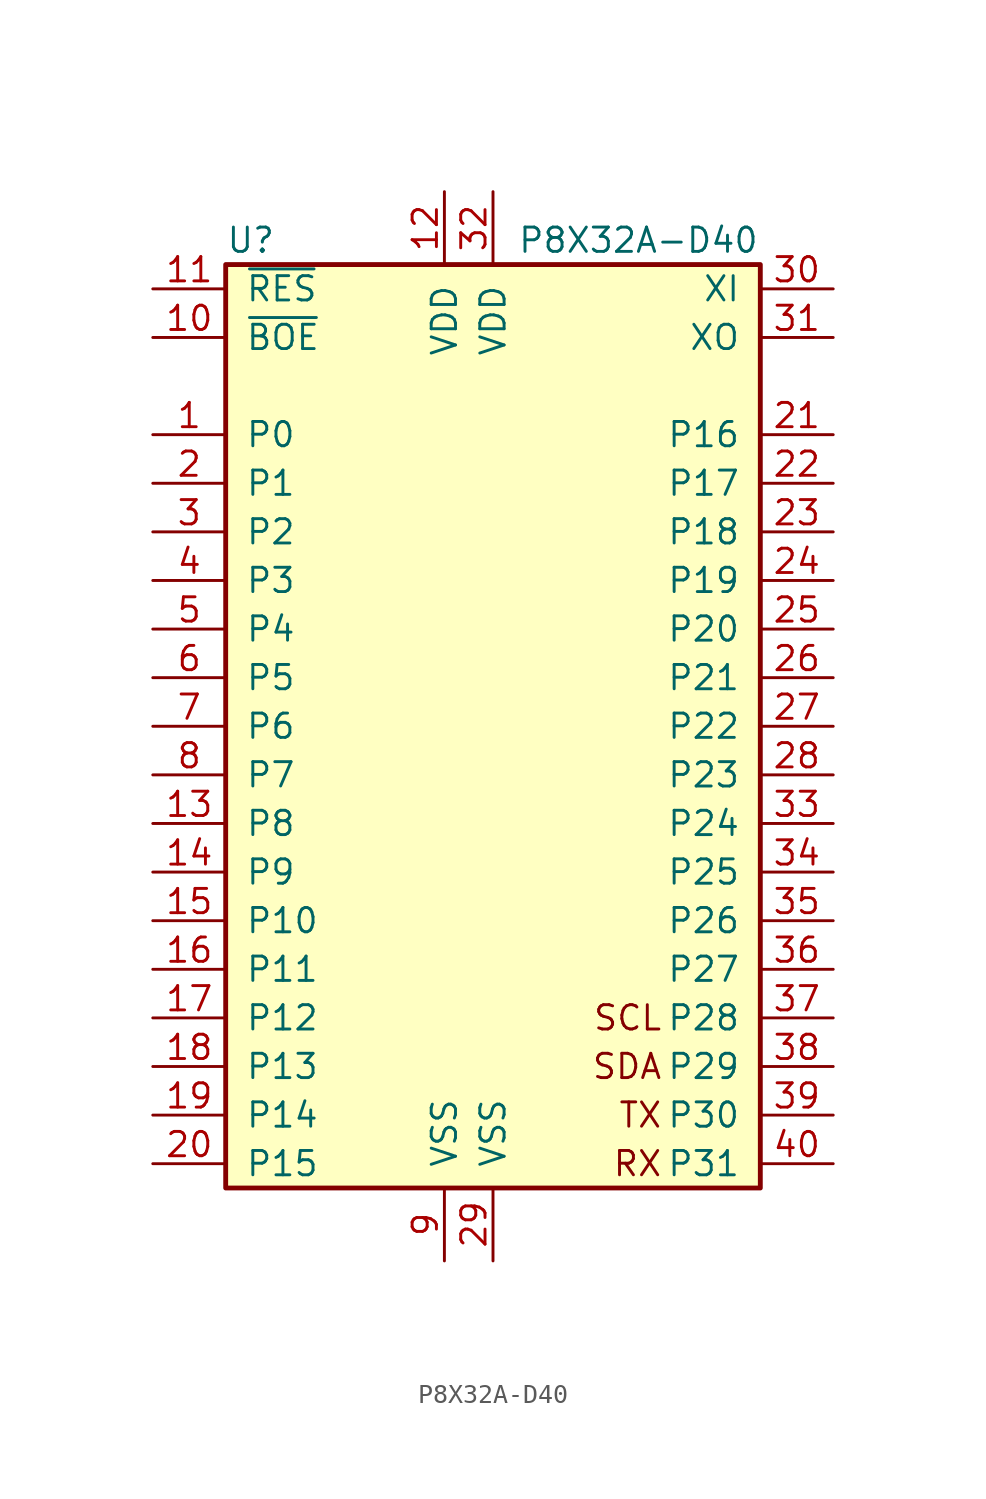
<source format=kicad_sym>
(kicad_symbol_lib
  (version 20211014)
  (generator kicad_symbol_editor)
  (symbol "P8X32A-D40"
    (pin_names
      (offset 1.016))
    (property "Reference" "U"
      (at -13.97 25.4 0)
      (effects (font (size 1.27 1.27)) (justify left)))
    (property "Value" "P8X32A-D40"
      (at 1.27 25.4 0)
      (effects (font (size 1.27 1.27)) (justify left)))
    (symbol "P8X32A-D40_0_1"
      (rectangle (start -13.97 24.13) (end 13.97 -24.13) (stroke (width 0.254) (type default) (color 0 0 0 0)) (fill (type background)))
      (text "RX" (at 8.89 -22.86 0) (effects (font (size 1.27 1.27)) (justify right)))
      (text "SCL" (at 8.89 -15.24 0) (effects (font (size 1.27 1.27)) (justify right)))
      (text "SDA" (at 8.89 -17.78 0) (effects (font (size 1.27 1.27)) (justify right)))
      (text "TX" (at 8.89 -20.32 0) (effects (font (size 1.27 1.27)) (justify right)))
      (pin bidirectional line (at -17.78 15.24 0) (length 3.81) (name "P0" (effects (font (size 1.27 1.27)))) (number "1" (effects (font (size 1.27 1.27)))))
      (pin input line (at -17.78 20.32 0) (length 3.81) (name "~{BOE}" (effects (font (size 1.27 1.27)))) (number "10" (effects (font (size 1.27 1.27)))))
      (pin bidirectional line (at -17.78 22.86 0) (length 3.81) (name "~{RES}" (effects (font (size 1.27 1.27)))) (number "11" (effects (font (size 1.27 1.27)))))
      (pin power_in line (at -2.54 27.94 270) (length 3.81) (name "VDD" (effects (font (size 1.27 1.27)))) (number "12" (effects (font (size 1.27 1.27)))))
      (pin bidirectional line (at -17.78 -5.08 0) (length 3.81) (name "P8" (effects (font (size 1.27 1.27)))) (number "13" (effects (font (size 1.27 1.27)))))
      (pin bidirectional line (at -17.78 -7.62 0) (length 3.81) (name "P9" (effects (font (size 1.27 1.27)))) (number "14" (effects (font (size 1.27 1.27)))))
      (pin bidirectional line (at -17.78 -10.16 0) (length 3.81) (name "P10" (effects (font (size 1.27 1.27)))) (number "15" (effects (font (size 1.27 1.27)))))
      (pin bidirectional line (at -17.78 -12.7 0) (length 3.81) (name "P11" (effects (font (size 1.27 1.27)))) (number "16" (effects (font (size 1.27 1.27)))))
      (pin bidirectional line (at -17.78 -15.24 0) (length 3.81) (name "P12" (effects (font (size 1.27 1.27)))) (number "17" (effects (font (size 1.27 1.27)))))
      (pin bidirectional line (at -17.78 -17.78 0) (length 3.81) (name "P13" (effects (font (size 1.27 1.27)))) (number "18" (effects (font (size 1.27 1.27)))))
      (pin bidirectional line (at -17.78 -20.32 0) (length 3.81) (name "P14" (effects (font (size 1.27 1.27)))) (number "19" (effects (font (size 1.27 1.27)))))
      (pin bidirectional line (at -17.78 12.7 0) (length 3.81) (name "P1" (effects (font (size 1.27 1.27)))) (number "2" (effects (font (size 1.27 1.27)))))
      (pin bidirectional line (at -17.78 -22.86 0) (length 3.81) (name "P15" (effects (font (size 1.27 1.27)))) (number "20" (effects (font (size 1.27 1.27)))))
      (pin bidirectional line (at 17.78 15.24 180) (length 3.81) (name "P16" (effects (font (size 1.27 1.27)))) (number "21" (effects (font (size 1.27 1.27)))))
      (pin bidirectional line (at 17.78 12.7 180) (length 3.81) (name "P17" (effects (font (size 1.27 1.27)))) (number "22" (effects (font (size 1.27 1.27)))))
      (pin bidirectional line (at 17.78 10.16 180) (length 3.81) (name "P18" (effects (font (size 1.27 1.27)))) (number "23" (effects (font (size 1.27 1.27)))))
      (pin bidirectional line (at 17.78 7.62 180) (length 3.81) (name "P19" (effects (font (size 1.27 1.27)))) (number "24" (effects (font (size 1.27 1.27)))))
      (pin bidirectional line (at 17.78 5.08 180) (length 3.81) (name "P20" (effects (font (size 1.27 1.27)))) (number "25" (effects (font (size 1.27 1.27)))))
      (pin bidirectional line (at 17.78 2.54 180) (length 3.81) (name "P21" (effects (font (size 1.27 1.27)))) (number "26" (effects (font (size 1.27 1.27)))))
      (pin bidirectional line (at 17.78 0 180) (length 3.81) (name "P22" (effects (font (size 1.27 1.27)))) (number "27" (effects (font (size 1.27 1.27)))))
      (pin bidirectional line (at 17.78 -2.54 180) (length 3.81) (name "P23" (effects (font (size 1.27 1.27)))) (number "28" (effects (font (size 1.27 1.27)))))
      (pin power_in line (at 0 -27.94 90) (length 3.81) (name "VSS" (effects (font (size 1.27 1.27)))) (number "29" (effects (font (size 1.27 1.27)))))
      (pin bidirectional line (at -17.78 10.16 0) (length 3.81) (name "P2" (effects (font (size 1.27 1.27)))) (number "3" (effects (font (size 1.27 1.27)))))
      (pin input line (at 17.78 22.86 180) (length 3.81) (name "XI" (effects (font (size 1.27 1.27)))) (number "30" (effects (font (size 1.27 1.27)))))
      (pin output line (at 17.78 20.32 180) (length 3.81) (name "XO" (effects (font (size 1.27 1.27)))) (number "31" (effects (font (size 1.27 1.27)))))
      (pin power_in line (at 0 27.94 270) (length 3.81) (name "VDD" (effects (font (size 1.27 1.27)))) (number "32" (effects (font (size 1.27 1.27)))))
      (pin bidirectional line (at 17.78 -5.08 180) (length 3.81) (name "P24" (effects (font (size 1.27 1.27)))) (number "33" (effects (font (size 1.27 1.27)))))
      (pin bidirectional line (at 17.78 -7.62 180) (length 3.81) (name "P25" (effects (font (size 1.27 1.27)))) (number "34" (effects (font (size 1.27 1.27)))))
      (pin bidirectional line (at 17.78 -10.16 180) (length 3.81) (name "P26" (effects (font (size 1.27 1.27)))) (number "35" (effects (font (size 1.27 1.27)))))
      (pin bidirectional line (at 17.78 -12.7 180) (length 3.81) (name "P27" (effects (font (size 1.27 1.27)))) (number "36" (effects (font (size 1.27 1.27)))))
      (pin bidirectional line (at 17.78 -15.24 180) (length 3.81) (name "P28" (effects (font (size 1.27 1.27)))) (number "37" (effects (font (size 1.27 1.27)))))
      (pin bidirectional line (at 17.78 -17.78 180) (length 3.81) (name "P29" (effects (font (size 1.27 1.27)))) (number "38" (effects (font (size 1.27 1.27)))))
      (pin bidirectional line (at 17.78 -20.32 180) (length 3.81) (name "P30" (effects (font (size 1.27 1.27)))) (number "39" (effects (font (size 1.27 1.27)))))
      (pin bidirectional line (at -17.78 7.62 0) (length 3.81) (name "P3" (effects (font (size 1.27 1.27)))) (number "4" (effects (font (size 1.27 1.27)))))
      (pin bidirectional line (at 17.78 -22.86 180) (length 3.81) (name "P31" (effects (font (size 1.27 1.27)))) (number "40" (effects (font (size 1.27 1.27)))))
      (pin bidirectional line (at -17.78 5.08 0) (length 3.81) (name "P4" (effects (font (size 1.27 1.27)))) (number "5" (effects (font (size 1.27 1.27)))))
      (pin bidirectional line (at -17.78 2.54 0) (length 3.81) (name "P5" (effects (font (size 1.27 1.27)))) (number "6" (effects (font (size 1.27 1.27)))))
      (pin bidirectional line (at -17.78 0 0) (length 3.81) (name "P6" (effects (font (size 1.27 1.27)))) (number "7" (effects (font (size 1.27 1.27)))))
      (pin bidirectional line (at -17.78 -2.54 0) (length 3.81) (name "P7" (effects (font (size 1.27 1.27)))) (number "8" (effects (font (size 1.27 1.27)))))
      (pin power_in line (at -2.54 -27.94 90) (length 3.81) (name "VSS" (effects (font (size 1.27 1.27)))) (number "9" (effects (font (size 1.27 1.27))))))))
</source>
